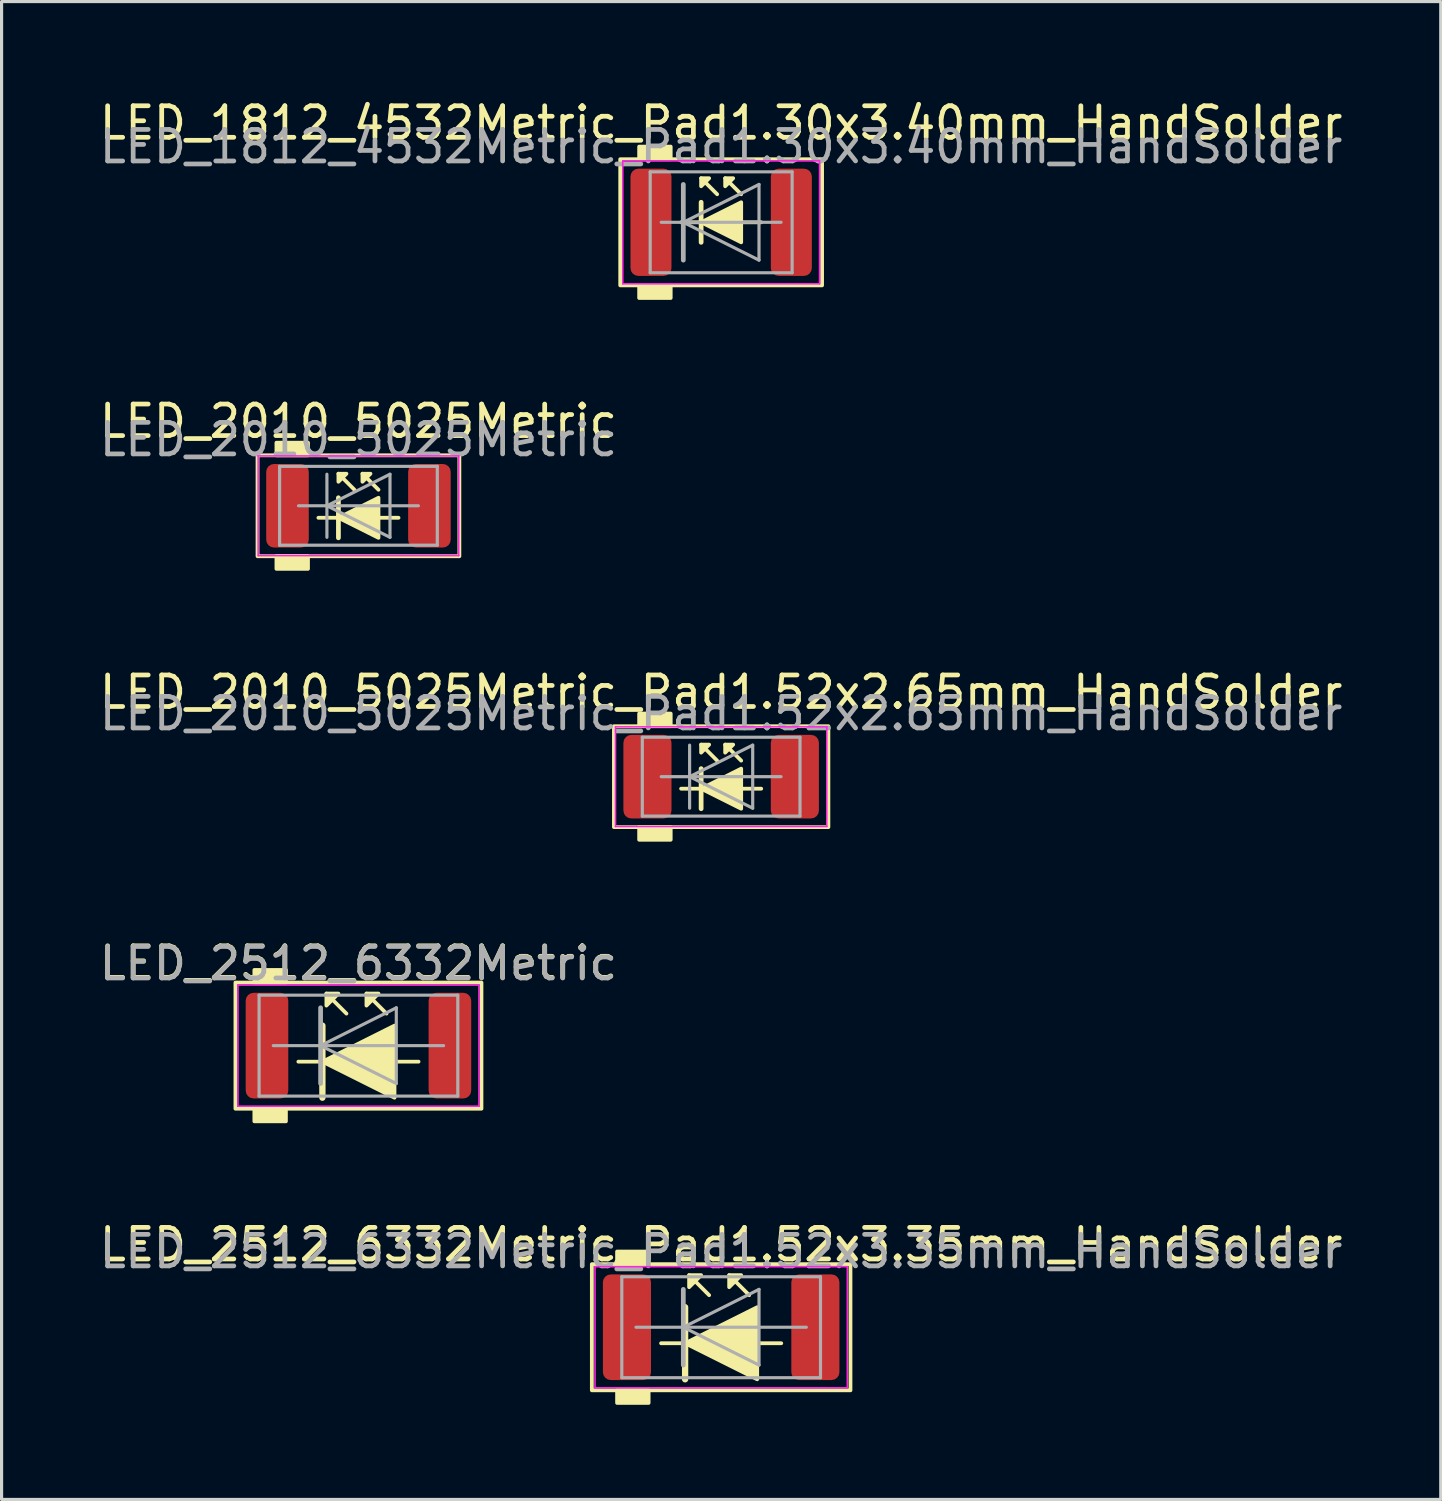
<source format=kicad_pcb>
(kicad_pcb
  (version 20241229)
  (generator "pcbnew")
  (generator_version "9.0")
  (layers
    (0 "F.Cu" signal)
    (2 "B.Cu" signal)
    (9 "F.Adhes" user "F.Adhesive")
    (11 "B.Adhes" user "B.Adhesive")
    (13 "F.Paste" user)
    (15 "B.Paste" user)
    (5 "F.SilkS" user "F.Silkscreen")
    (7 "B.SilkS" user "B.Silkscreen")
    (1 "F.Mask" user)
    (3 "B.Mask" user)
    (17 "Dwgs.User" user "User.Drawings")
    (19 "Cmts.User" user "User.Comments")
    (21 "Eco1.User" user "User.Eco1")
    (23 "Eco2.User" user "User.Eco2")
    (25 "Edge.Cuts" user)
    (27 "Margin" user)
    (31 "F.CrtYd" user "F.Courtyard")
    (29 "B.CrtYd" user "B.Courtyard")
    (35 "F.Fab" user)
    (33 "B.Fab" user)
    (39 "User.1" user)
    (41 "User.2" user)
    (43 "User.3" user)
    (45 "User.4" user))
  (footprint "LED_2010_5025Metric"
    (layer "F.Cu")
    (at 8.315 12.986)
    (property "Reference" "LED_2010_5025Metric" (at 0 -2.68 0) (layer "F.SilkS") (effects (font (size 1 1) (thickness 0.15))))
    (attr smd)
    (fp_line (start -0.635 -1.016) (end -0.127 -0.508) (stroke (width 0.12) (type solid)) (layer "F.SilkS"))
    (fp_line (start -0.635 -0.254) (end -0.635 1.016) (stroke (width 0.15) (type default)) (layer "F.SilkS"))
    (fp_line (start 0.127 -1.016) (end 0.635 -0.508) (stroke (width 0.12) (type solid)) (layer "F.SilkS"))
    (fp_line (start 1.27 0.381) (end -1.27 0.381) (stroke (width 0.12) (type default)) (layer "F.SilkS"))
    (fp_rect (start -3.2 -1.6) (end 3.2 1.6) (stroke (width 0.12) (type solid)) (fill no) (layer "F.SilkS"))
    (fp_rect (start -2.6 -2) (end -1.6 -1.6) (stroke (width 0.12) (type solid)) (fill yes) (layer "F.SilkS"))
    (fp_rect (start -2.6 1.6) (end -1.6 2) (stroke (width 0.12) (type solid)) (fill yes) (layer "F.SilkS"))
    (fp_poly (pts (xy -0.635 -0.762) (xy -0.381 -1.016) (xy -0.635 -1.016)) (stroke (width 0.12) (type solid)) (fill yes) (layer "F.SilkS"))
    (fp_poly (pts (xy -0.635 0.381) (xy 0.635 -0.254) (xy 0.635 1.016)) (stroke (width 0.12) (type solid)) (fill yes) (layer "F.SilkS"))
    (fp_poly (pts (xy 0.127 -0.762) (xy 0.381 -1.016) (xy 0.127 -1.016)) (stroke (width 0.12) (type solid)) (fill yes) (layer "F.SilkS"))
    (fp_line (start -3.18 -1.58) (end 3.18 -1.58) (stroke (width 0.05) (type solid)) (layer "F.CrtYd"))
    (fp_line (start -3.18 1.58) (end -3.18 -1.58) (stroke (width 0.05) (type solid)) (layer "F.CrtYd"))
    (fp_line (start 3.18 -1.58) (end 3.18 1.58) (stroke (width 0.05) (type solid)) (layer "F.CrtYd"))
    (fp_line (start 3.18 1.58) (end -3.18 1.58) (stroke (width 0.05) (type solid)) (layer "F.CrtYd"))
    (fp_line (start -2.5 -1.25) (end -2.5 1.25) (stroke (width 0.1) (type solid)) (layer "F.Fab"))
    (fp_line (start -2.5 1.25) (end 2.5 1.25) (stroke (width 0.1) (type solid)) (layer "F.Fab"))
    (fp_line (start -1.9 0) (end 1.9 0) (stroke (width 0.1) (type default)) (layer "F.Fab"))
    (fp_line (start -1 -1) (end -1 1) (stroke (width 0.1) (type default)) (layer "F.Fab"))
    (fp_line (start -1 0) (end 1 -1) (stroke (width 0.1) (type default)) (layer "F.Fab"))
    (fp_line (start 1 -1) (end 1 1) (stroke (width 0.1) (type default)) (layer "F.Fab"))
    (fp_line (start 1 1) (end -1 0) (stroke (width 0.1) (type default)) (layer "F.Fab"))
    (fp_line (start 2.5 -1.25) (end -2.5 -1.25) (stroke (width 0.1) (type solid)) (layer "F.Fab"))
    (fp_line (start 2.5 1.25) (end 2.5 -1.25) (stroke (width 0.1) (type solid)) (layer "F.Fab"))
    (fp_text user "${REFERENCE}" (at 0 -2.1 0) (layer "F.Fab") (effects (font (size 1 1) (thickness 0.15))))
    (pad "1" smd roundrect (at -2.25 0) (size 1.35 2.65) (layers "F.Cu" "F.Mask" "F.Paste") (roundrect_rratio 0.185))
    (pad "2" smd roundrect (at 2.25 0) (size 1.35 2.65) (layers "F.Cu" "F.Mask" "F.Paste") (roundrect_rratio 0.185)))
  (footprint "LED_2010_5025Metric_Pad1.52x2.65mm_HandSolder"
    (layer "F.Cu")
    (at 19.815 21.575)
    (property "Reference" "LED_2010_5025Metric_Pad1.52x2.65mm_HandSolder" (at 0 -2.68 0) (layer "F.SilkS") (effects (font (size 1 1) (thickness 0.15))))
    (attr smd)
    (fp_line (start -0.635 -1.016) (end -0.127 -0.508) (stroke (width 0.12) (type solid)) (layer "F.SilkS"))
    (fp_line (start -0.635 -0.254) (end -0.635 1.016) (stroke (width 0.15) (type default)) (layer "F.SilkS"))
    (fp_line (start 0.127 -1.016) (end 0.635 -0.508) (stroke (width 0.12) (type solid)) (layer "F.SilkS"))
    (fp_line (start 1.27 0.381) (end -1.27 0.381) (stroke (width 0.12) (type default)) (layer "F.SilkS"))
    (fp_rect (start -3.4 -1.6) (end 3.4 1.6) (stroke (width 0.12) (type solid)) (fill no) (layer "F.SilkS"))
    (fp_rect (start -2.6 -2) (end -1.6 -1.6) (stroke (width 0.12) (type solid)) (fill yes) (layer "F.SilkS"))
    (fp_rect (start -2.6 1.6) (end -1.6 2) (stroke (width 0.12) (type solid)) (fill yes) (layer "F.SilkS"))
    (fp_poly (pts (xy -0.635 -0.762) (xy -0.381 -1.016) (xy -0.635 -1.016)) (stroke (width 0.12) (type solid)) (fill yes) (layer "F.SilkS"))
    (fp_poly (pts (xy -0.635 0.381) (xy 0.635 -0.254) (xy 0.635 1.016)) (stroke (width 0.12) (type solid)) (fill yes) (layer "F.SilkS"))
    (fp_poly (pts (xy 0.127 -0.762) (xy 0.381 -1.016) (xy 0.127 -1.016)) (stroke (width 0.12) (type solid)) (fill yes) (layer "F.SilkS"))
    (fp_line (start -3.35 -1.58) (end 3.35 -1.58) (stroke (width 0.05) (type solid)) (layer "F.CrtYd"))
    (fp_line (start -3.35 1.58) (end -3.35 -1.58) (stroke (width 0.05) (type solid)) (layer "F.CrtYd"))
    (fp_line (start 3.35 -1.58) (end 3.35 1.58) (stroke (width 0.05) (type solid)) (layer "F.CrtYd"))
    (fp_line (start 3.35 1.58) (end -3.35 1.58) (stroke (width 0.05) (type solid)) (layer "F.CrtYd"))
    (fp_line (start -2.5 -1.25) (end -2.5 1.25) (stroke (width 0.1) (type solid)) (layer "F.Fab"))
    (fp_line (start -2.5 1.25) (end 2.5 1.25) (stroke (width 0.1) (type solid)) (layer "F.Fab"))
    (fp_line (start -1.9 0) (end 1.9 0) (stroke (width 0.1) (type default)) (layer "F.Fab"))
    (fp_line (start -1 -1) (end -1 1) (stroke (width 0.1) (type default)) (layer "F.Fab"))
    (fp_line (start -1 0) (end 1 -1) (stroke (width 0.1) (type default)) (layer "F.Fab"))
    (fp_line (start 1 -1) (end 1 1) (stroke (width 0.1) (type default)) (layer "F.Fab"))
    (fp_line (start 1 1) (end -1 0) (stroke (width 0.1) (type default)) (layer "F.Fab"))
    (fp_line (start 2.5 -1.25) (end -2.5 -1.25) (stroke (width 0.1) (type solid)) (layer "F.Fab"))
    (fp_line (start 2.5 1.25) (end 2.5 -1.25) (stroke (width 0.1) (type solid)) (layer "F.Fab"))
    (fp_text user "${REFERENCE}" (at 0 -2 0) (layer "F.Fab") (effects (font (size 1 1) (thickness 0.15))))
    (pad "1" smd roundrect (at -2.337 0) (size 1.525 2.65) (layers "F.Cu" "F.Mask" "F.Paste") (roundrect_rratio 0.164))
    (pad "2" smd roundrect (at 2.337 0) (size 1.525 2.65) (layers "F.Cu" "F.Mask" "F.Paste") (roundrect_rratio 0.164)))
  (footprint "LED_2512_6332Metric_Pad1.52x3.35mm_HandSolder"
    (layer "F.Cu")
    (at 19.815 39.031)
    (property "Reference" "LED_2512_6332Metric_Pad1.52x3.35mm_HandSolder" (at 0 -2.62 0) (layer "F.SilkS") (effects (font (size 1 1) (thickness 0.15))))
    (attr smd)
    (fp_line (start -1.143 -0.635) (end -1.143 1.651) (stroke (width 0.2) (type default)) (layer "F.SilkS"))
    (fp_line (start -1.016 -1.651) (end -0.381 -1.016) (stroke (width 0.12) (type solid)) (layer "F.SilkS"))
    (fp_line (start 0.254 -1.651) (end 0.889 -1.016) (stroke (width 0.12) (type solid)) (layer "F.SilkS"))
    (fp_line (start 1.905 0.508) (end -1.905 0.508) (stroke (width 0.12) (type default)) (layer "F.SilkS"))
    (fp_rect (start -4.1 -2) (end 4.1 2) (stroke (width 0.12) (type solid)) (fill no) (layer "F.SilkS"))
    (fp_rect (start -3.3 -2.4) (end -2.3 -2) (stroke (width 0.12) (type solid)) (fill yes) (layer "F.SilkS"))
    (fp_rect (start -3.3 2) (end -2.3 2.4) (stroke (width 0.12) (type solid)) (fill yes) (layer "F.SilkS"))
    (fp_poly (pts (xy -1.143 0.508) (xy 1.143 -0.635) (xy 1.143 1.651)) (stroke (width 0.12) (type solid)) (fill yes) (layer "F.SilkS"))
    (fp_poly (pts (xy -1.016 -1.27) (xy -0.635 -1.651) (xy -1.016 -1.651)) (stroke (width 0.12) (type solid)) (fill yes) (layer "F.SilkS"))
    (fp_poly (pts (xy 0.254 -1.27) (xy 0.635 -1.651) (xy 0.254 -1.651)) (stroke (width 0.12) (type solid)) (fill yes) (layer "F.SilkS"))
    (fp_line (start -4 -1.92) (end 4 -1.92) (stroke (width 0.05) (type solid)) (layer "F.CrtYd"))
    (fp_line (start -4 1.92) (end -4 -1.92) (stroke (width 0.05) (type solid)) (layer "F.CrtYd"))
    (fp_line (start 4 -1.92) (end 4 1.92) (stroke (width 0.05) (type solid)) (layer "F.CrtYd"))
    (fp_line (start 4 1.92) (end -4 1.92) (stroke (width 0.05) (type solid)) (layer "F.CrtYd"))
    (fp_line (start -3.15 -1.6) (end -3.15 1.6) (stroke (width 0.1) (type solid)) (layer "F.Fab"))
    (fp_line (start -3.15 1.6) (end 3.15 1.6) (stroke (width 0.1) (type solid)) (layer "F.Fab"))
    (fp_line (start -2.7 0) (end 2.7 0) (stroke (width 0.1) (type default)) (layer "F.Fab"))
    (fp_line (start -1.2 -1.2) (end -1.2 1.2) (stroke (width 0.15) (type default)) (layer "F.Fab"))
    (fp_line (start -1.2 0) (end 1.2 -1.2) (stroke (width 0.1) (type default)) (layer "F.Fab"))
    (fp_line (start 1.2 -1.2) (end 1.2 1.2) (stroke (width 0.1) (type default)) (layer "F.Fab"))
    (fp_line (start 1.2 1.2) (end -1.2 0) (stroke (width 0.1) (type default)) (layer "F.Fab"))
    (fp_line (start 3.15 -1.6) (end -3.15 -1.6) (stroke (width 0.1) (type solid)) (layer "F.Fab"))
    (fp_line (start 3.15 1.6) (end 3.15 -1.6) (stroke (width 0.1) (type solid)) (layer "F.Fab"))
    (fp_text user "${REFERENCE}" (at 0 -2.4 0) (layer "F.Fab") (effects (font (size 1 1) (thickness 0.15))))
    (pad "1" smd roundrect (at -2.987 0) (size 1.525 3.35) (layers "F.Cu" "F.Mask" "F.Paste") (roundrect_rratio 0.164))
    (pad "2" smd roundrect (at 2.987 0) (size 1.525 3.35) (layers "F.Cu" "F.Mask" "F.Paste") (roundrect_rratio 0.164)))
  (footprint "LED_2512_6332Metric"
    (layer "F.Cu")
    (at 8.315 30.103)
    (property "Reference" "LED_2512_6332Metric" (at 0 -2.62 0) (layer "F.SilkS") (effects (font (size 1 1) (thickness 0.15))))
    (attr smd)
    (fp_line (start -1.143 -0.635) (end -1.143 1.651) (stroke (width 0.2) (type default)) (layer "F.SilkS"))
    (fp_line (start -1.016 -1.651) (end -0.381 -1.016) (stroke (width 0.12) (type solid)) (layer "F.SilkS"))
    (fp_line (start 0.254 -1.651) (end 0.889 -1.016) (stroke (width 0.12) (type solid)) (layer "F.SilkS"))
    (fp_line (start 1.905 0.508) (end -1.905 0.508) (stroke (width 0.12) (type default)) (layer "F.SilkS"))
    (fp_rect (start -3.9 -2) (end 3.9 2) (stroke (width 0.12) (type solid)) (fill no) (layer "F.SilkS"))
    (fp_rect (start -3.3 -2.4) (end -2.3 -2) (stroke (width 0.12) (type solid)) (fill yes) (layer "F.SilkS"))
    (fp_rect (start -3.3 2) (end -2.3 2.4) (stroke (width 0.12) (type solid)) (fill yes) (layer "F.SilkS"))
    (fp_poly (pts (xy -1.143 0.508) (xy 1.143 -0.635) (xy 1.143 1.651)) (stroke (width 0.12) (type solid)) (fill yes) (layer "F.SilkS"))
    (fp_poly (pts (xy -1.016 -1.27) (xy -0.635 -1.651) (xy -1.016 -1.651)) (stroke (width 0.12) (type solid)) (fill yes) (layer "F.SilkS"))
    (fp_poly (pts (xy 0.254 -1.27) (xy 0.635 -1.651) (xy 0.254 -1.651)) (stroke (width 0.12) (type solid)) (fill yes) (layer "F.SilkS"))
    (fp_line (start -3.82 -1.92) (end 3.82 -1.92) (stroke (width 0.05) (type solid)) (layer "F.CrtYd"))
    (fp_line (start -3.82 1.92) (end -3.82 -1.92) (stroke (width 0.05) (type solid)) (layer "F.CrtYd"))
    (fp_line (start 3.82 -1.92) (end 3.82 1.92) (stroke (width 0.05) (type solid)) (layer "F.CrtYd"))
    (fp_line (start 3.82 1.92) (end -3.82 1.92) (stroke (width 0.05) (type solid)) (layer "F.CrtYd"))
    (fp_line (start -3.15 -1.6) (end -3.15 1.6) (stroke (width 0.1) (type solid)) (layer "F.Fab"))
    (fp_line (start -3.15 1.6) (end 3.15 1.6) (stroke (width 0.1) (type solid)) (layer "F.Fab"))
    (fp_line (start -2.7 0) (end 2.7 0) (stroke (width 0.1) (type default)) (layer "F.Fab"))
    (fp_line (start -1.2 -1.2) (end -1.2 1.2) (stroke (width 0.15) (type default)) (layer "F.Fab"))
    (fp_line (start -1.2 0) (end 1.2 -1.2) (stroke (width 0.1) (type default)) (layer "F.Fab"))
    (fp_line (start 1.2 -1.2) (end 1.2 1.2) (stroke (width 0.1) (type default)) (layer "F.Fab"))
    (fp_line (start 1.2 1.2) (end -1.2 0) (stroke (width 0.1) (type default)) (layer "F.Fab"))
    (fp_line (start 3.15 -1.6) (end -3.15 -1.6) (stroke (width 0.1) (type solid)) (layer "F.Fab"))
    (fp_line (start 3.15 1.6) (end 3.15 -1.6) (stroke (width 0.1) (type solid)) (layer "F.Fab"))
    (fp_text user "${REFERENCE}" (at 0 -2.6 0) (layer "F.Fab") (effects (font (size 1 1) (thickness 0.15))))
    (pad "1" smd roundrect (at -2.9 0) (size 1.35 3.35) (layers "F.Cu" "F.Mask" "F.Paste") (roundrect_rratio 0.185))
    (pad "2" smd roundrect (at 2.9 0) (size 1.35 3.35) (layers "F.Cu" "F.Mask" "F.Paste") (roundrect_rratio 0.185)))
  (footprint "LED_1812_4532Metric_Pad1.30x3.40mm_HandSolder"
    (layer "F.Cu")
    (at 19.815 3.998)
    (property "Reference" "LED_1812_4532Metric_Pad1.30x3.40mm_HandSolder" (at 0 -3.15 0) (layer "F.SilkS") (effects (font (size 1 1) (thickness 0.15))))
    (attr smd)
    (fp_line (start -0.635 -1.397) (end -0.127 -0.889) (stroke (width 0.12) (type solid)) (layer "F.SilkS"))
    (fp_line (start -0.635 -0.635) (end -0.635 0.635) (stroke (width 0.15) (type default)) (layer "F.SilkS"))
    (fp_line (start 0.127 -1.397) (end 0.635 -0.889) (stroke (width 0.12) (type solid)) (layer "F.SilkS"))
    (fp_line (start 1.27 0) (end -1.27 0) (stroke (width 0.12) (type default)) (layer "F.SilkS"))
    (fp_rect (start -3.2 -2) (end 3.2 2) (stroke (width 0.12) (type solid)) (fill no) (layer "F.SilkS"))
    (fp_rect (start -2.6 -2.4) (end -1.6 -2) (stroke (width 0.12) (type solid)) (fill yes) (layer "F.SilkS"))
    (fp_rect (start -2.6 2) (end -1.6 2.4) (stroke (width 0.12) (type solid)) (fill yes) (layer "F.SilkS"))
    (fp_poly (pts (xy -0.635 -1.143) (xy -0.381 -1.397) (xy -0.635 -1.397)) (stroke (width 0.12) (type solid)) (fill yes) (layer "F.SilkS"))
    (fp_poly (pts (xy -0.635 0) (xy 0.635 -0.635) (xy 0.635 0.635)) (stroke (width 0.12) (type solid)) (fill yes) (layer "F.SilkS"))
    (fp_poly (pts (xy 0.127 -1.143) (xy 0.381 -1.397) (xy 0.127 -1.397)) (stroke (width 0.12) (type solid)) (fill yes) (layer "F.SilkS"))
    (fp_line (start -3.12 -1.95) (end 3.12 -1.95) (stroke (width 0.05) (type solid)) (layer "F.CrtYd"))
    (fp_line (start -3.12 1.95) (end -3.12 -1.95) (stroke (width 0.05) (type solid)) (layer "F.CrtYd"))
    (fp_line (start 3.12 -1.95) (end 3.12 1.95) (stroke (width 0.05) (type solid)) (layer "F.CrtYd"))
    (fp_line (start 3.12 1.95) (end -3.12 1.95) (stroke (width 0.05) (type solid)) (layer "F.CrtYd"))
    (fp_line (start -2.25 -1.6) (end -2.25 1.6) (stroke (width 0.1) (type solid)) (layer "F.Fab"))
    (fp_line (start -2.25 1.6) (end 2.25 1.6) (stroke (width 0.1) (type solid)) (layer "F.Fab"))
    (fp_line (start -1.9 0) (end 1.9 0) (stroke (width 0.1) (type default)) (layer "F.Fab"))
    (fp_line (start -1.2 -1.2) (end -1.2 1.2) (stroke (width 0.15) (type default)) (layer "F.Fab"))
    (fp_line (start -1.2 0) (end 1.2 -1.2) (stroke (width 0.1) (type default)) (layer "F.Fab"))
    (fp_line (start 1.2 -1.2) (end 1.2 1.2) (stroke (width 0.1) (type default)) (layer "F.Fab"))
    (fp_line (start 1.2 1.2) (end -1.2 0) (stroke (width 0.1) (type default)) (layer "F.Fab"))
    (fp_line (start 2.25 -1.6) (end -2.25 -1.6) (stroke (width 0.1) (type solid)) (layer "F.Fab"))
    (fp_line (start 2.25 1.6) (end 2.25 -1.6) (stroke (width 0.1) (type solid)) (layer "F.Fab"))
    (fp_text user "${REFERENCE}" (at 0 -2.4 0) (layer "F.Fab") (effects (font (size 1 1) (thickness 0.15))))
    (pad "1" smd roundrect (at -2.225 0) (size 1.3 3.4) (layers "F.Cu" "F.Mask" "F.Paste") (roundrect_rratio 0.192))
    (pad "2" smd roundrect (at 2.225 0) (size 1.3 3.4) (layers "F.Cu" "F.Mask" "F.Paste") (roundrect_rratio 0.192)))
  (gr_rect
    (start -3 -3)
    (end 42.631 44.491)
    (stroke (width 0.1) (type default))
    (fill no)
    (layer "Edge.Cuts")))
</source>
